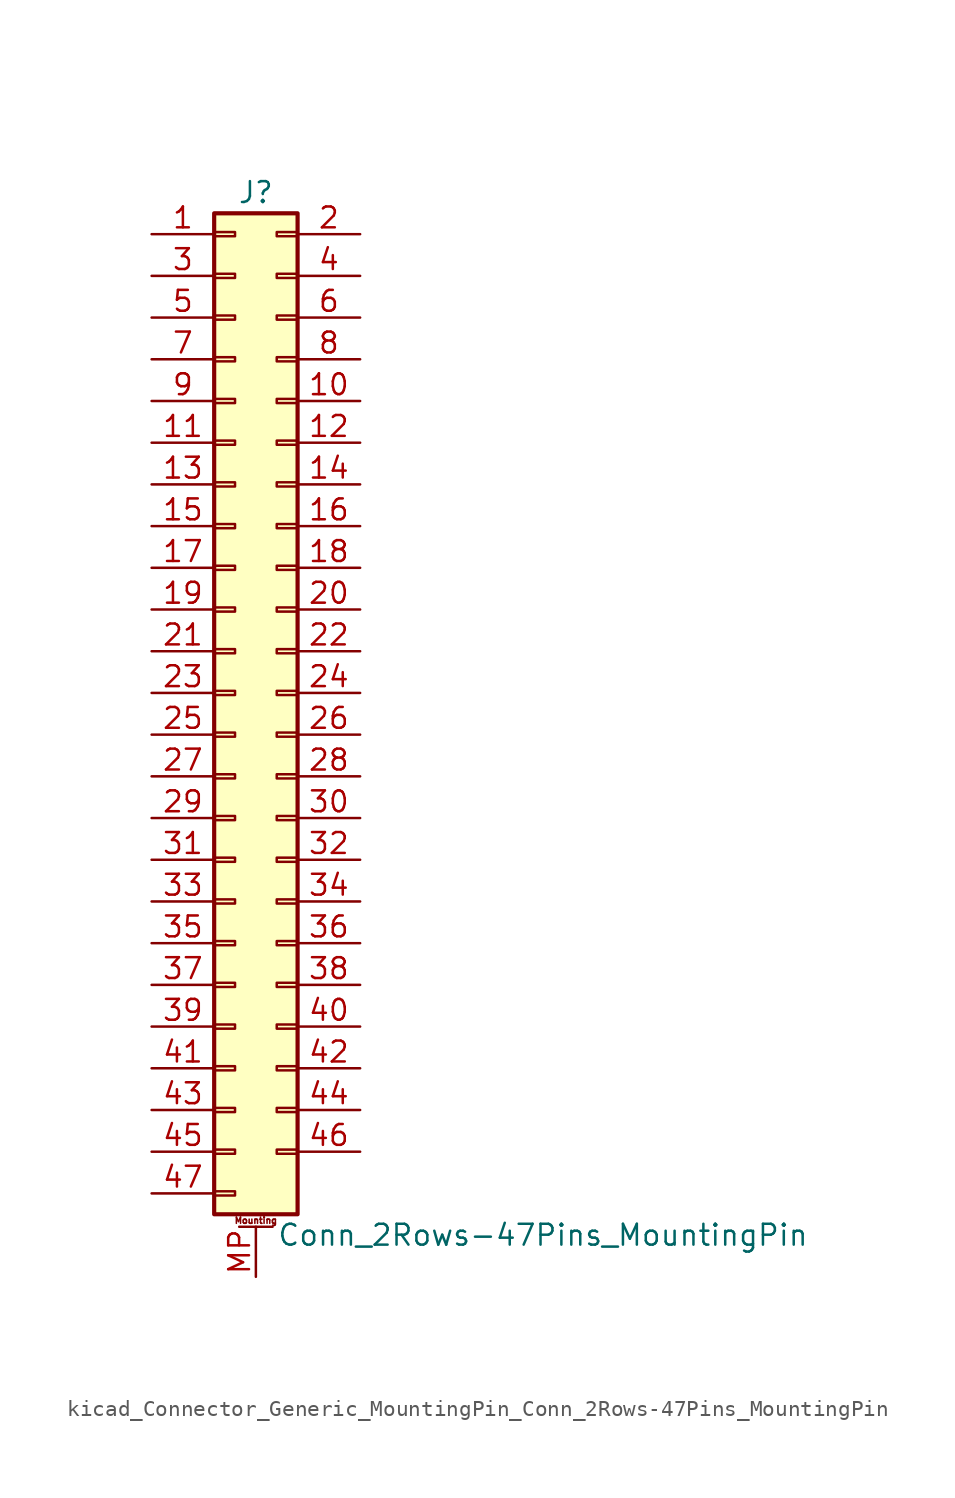
<source format=kicad_sym>
(kicad_symbol_lib
  (version 20220914)
  (generator kicad_symbol_editor)
  (symbol "kicad_Connector_Generic_MountingPin_Conn_2Rows-47Pins_MountingPin"
    (pin_names
      (offset 1.016) hide)
    (property "Reference" "J"
      (at 1.27 30.48 0)
      (effects (font (size 1.27 1.27))))
    (property "Value" "Conn_2Rows-47Pins_MountingPin"
      (at 2.54 -33.02 0)
      (effects (font (size 1.27 1.27)) (justify left)))
    (symbol "kicad_Connector_Generic_MountingPin_Conn_2Rows-47Pins_MountingPin_1_1"
      (rectangle (start -1.27 -30.353) (end 0 -30.607) (stroke (width 0.152) (type default)) (fill (type none)))
      (rectangle (start -1.27 -27.813) (end 0 -28.067) (stroke (width 0.152) (type default)) (fill (type none)))
      (rectangle (start -1.27 -25.273) (end 0 -25.527) (stroke (width 0.152) (type default)) (fill (type none)))
      (rectangle (start -1.27 -22.733) (end 0 -22.987) (stroke (width 0.152) (type default)) (fill (type none)))
      (rectangle (start -1.27 -20.193) (end 0 -20.447) (stroke (width 0.152) (type default)) (fill (type none)))
      (rectangle (start -1.27 -17.653) (end 0 -17.907) (stroke (width 0.152) (type default)) (fill (type none)))
      (rectangle (start -1.27 -15.113) (end 0 -15.367) (stroke (width 0.152) (type default)) (fill (type none)))
      (rectangle (start -1.27 -12.573) (end 0 -12.827) (stroke (width 0.152) (type default)) (fill (type none)))
      (rectangle (start -1.27 -10.033) (end 0 -10.287) (stroke (width 0.152) (type default)) (fill (type none)))
      (rectangle (start -1.27 -7.493) (end 0 -7.747) (stroke (width 0.152) (type default)) (fill (type none)))
      (rectangle (start -1.27 -4.953) (end 0 -5.207) (stroke (width 0.152) (type default)) (fill (type none)))
      (rectangle (start -1.27 -2.413) (end 0 -2.667) (stroke (width 0.152) (type default)) (fill (type none)))
      (rectangle (start -1.27 0.127) (end 0 -0.127) (stroke (width 0.152) (type default)) (fill (type none)))
      (rectangle (start -1.27 2.667) (end 0 2.413) (stroke (width 0.152) (type default)) (fill (type none)))
      (rectangle (start -1.27 5.207) (end 0 4.953) (stroke (width 0.152) (type default)) (fill (type none)))
      (rectangle (start -1.27 7.747) (end 0 7.493) (stroke (width 0.152) (type default)) (fill (type none)))
      (rectangle (start -1.27 10.287) (end 0 10.033) (stroke (width 0.152) (type default)) (fill (type none)))
      (rectangle (start -1.27 12.827) (end 0 12.573) (stroke (width 0.152) (type default)) (fill (type none)))
      (rectangle (start -1.27 15.367) (end 0 15.113) (stroke (width 0.152) (type default)) (fill (type none)))
      (rectangle (start -1.27 17.907) (end 0 17.653) (stroke (width 0.152) (type default)) (fill (type none)))
      (rectangle (start -1.27 20.447) (end 0 20.193) (stroke (width 0.152) (type default)) (fill (type none)))
      (rectangle (start -1.27 22.987) (end 0 22.733) (stroke (width 0.152) (type default)) (fill (type none)))
      (rectangle (start -1.27 25.527) (end 0 25.273) (stroke (width 0.152) (type default)) (fill (type none)))
      (rectangle (start -1.27 28.067) (end 0 27.813) (stroke (width 0.152) (type default)) (fill (type none)))
      (rectangle (start -1.27 29.21) (end 3.81 -31.75) (stroke (width 0.254) (type default)) (fill (type background)))
      (polyline (pts (xy 0.254 -32.512) (xy 2.286 -32.512)) (stroke (width 0.152) (type default)) (fill (type none)))
      (rectangle (start 3.81 -27.813) (end 2.54 -28.067) (stroke (width 0.152) (type default)) (fill (type none)))
      (rectangle (start 3.81 -25.273) (end 2.54 -25.527) (stroke (width 0.152) (type default)) (fill (type none)))
      (rectangle (start 3.81 -22.733) (end 2.54 -22.987) (stroke (width 0.152) (type default)) (fill (type none)))
      (rectangle (start 3.81 -20.193) (end 2.54 -20.447) (stroke (width 0.152) (type default)) (fill (type none)))
      (rectangle (start 3.81 -17.653) (end 2.54 -17.907) (stroke (width 0.152) (type default)) (fill (type none)))
      (rectangle (start 3.81 -15.113) (end 2.54 -15.367) (stroke (width 0.152) (type default)) (fill (type none)))
      (rectangle (start 3.81 -12.573) (end 2.54 -12.827) (stroke (width 0.152) (type default)) (fill (type none)))
      (rectangle (start 3.81 -10.033) (end 2.54 -10.287) (stroke (width 0.152) (type default)) (fill (type none)))
      (rectangle (start 3.81 -7.493) (end 2.54 -7.747) (stroke (width 0.152) (type default)) (fill (type none)))
      (rectangle (start 3.81 -4.953) (end 2.54 -5.207) (stroke (width 0.152) (type default)) (fill (type none)))
      (rectangle (start 3.81 -2.413) (end 2.54 -2.667) (stroke (width 0.152) (type default)) (fill (type none)))
      (rectangle (start 3.81 0.127) (end 2.54 -0.127) (stroke (width 0.152) (type default)) (fill (type none)))
      (rectangle (start 3.81 2.667) (end 2.54 2.413) (stroke (width 0.152) (type default)) (fill (type none)))
      (rectangle (start 3.81 5.207) (end 2.54 4.953) (stroke (width 0.152) (type default)) (fill (type none)))
      (rectangle (start 3.81 7.747) (end 2.54 7.493) (stroke (width 0.152) (type default)) (fill (type none)))
      (rectangle (start 3.81 10.287) (end 2.54 10.033) (stroke (width 0.152) (type default)) (fill (type none)))
      (rectangle (start 3.81 12.827) (end 2.54 12.573) (stroke (width 0.152) (type default)) (fill (type none)))
      (rectangle (start 3.81 15.367) (end 2.54 15.113) (stroke (width 0.152) (type default)) (fill (type none)))
      (rectangle (start 3.81 17.907) (end 2.54 17.653) (stroke (width 0.152) (type default)) (fill (type none)))
      (rectangle (start 3.81 20.447) (end 2.54 20.193) (stroke (width 0.152) (type default)) (fill (type none)))
      (rectangle (start 3.81 22.987) (end 2.54 22.733) (stroke (width 0.152) (type default)) (fill (type none)))
      (rectangle (start 3.81 25.527) (end 2.54 25.273) (stroke (width 0.152) (type default)) (fill (type none)))
      (rectangle (start 3.81 28.067) (end 2.54 27.813) (stroke (width 0.152) (type default)) (fill (type none)))
      (text "Mounting" (at 1.27 -32.131 0) (effects (font (size 0.381 0.381))))
      (pin passive line (at -5.08 27.94 0) (length 3.81) (name "Pin_1" (effects (font (size 1.27 1.27)))) (number "1" (effects (font (size 1.27 1.27)))))
      (pin passive line (at 7.62 17.78 180) (length 3.81) (name "Pin_10" (effects (font (size 1.27 1.27)))) (number "10" (effects (font (size 1.27 1.27)))))
      (pin passive line (at -5.08 15.24 0) (length 3.81) (name "Pin_11" (effects (font (size 1.27 1.27)))) (number "11" (effects (font (size 1.27 1.27)))))
      (pin passive line (at 7.62 15.24 180) (length 3.81) (name "Pin_12" (effects (font (size 1.27 1.27)))) (number "12" (effects (font (size 1.27 1.27)))))
      (pin passive line (at -5.08 12.7 0) (length 3.81) (name "Pin_13" (effects (font (size 1.27 1.27)))) (number "13" (effects (font (size 1.27 1.27)))))
      (pin passive line (at 7.62 12.7 180) (length 3.81) (name "Pin_14" (effects (font (size 1.27 1.27)))) (number "14" (effects (font (size 1.27 1.27)))))
      (pin passive line (at -5.08 10.16 0) (length 3.81) (name "Pin_15" (effects (font (size 1.27 1.27)))) (number "15" (effects (font (size 1.27 1.27)))))
      (pin passive line (at 7.62 10.16 180) (length 3.81) (name "Pin_16" (effects (font (size 1.27 1.27)))) (number "16" (effects (font (size 1.27 1.27)))))
      (pin passive line (at -5.08 7.62 0) (length 3.81) (name "Pin_17" (effects (font (size 1.27 1.27)))) (number "17" (effects (font (size 1.27 1.27)))))
      (pin passive line (at 7.62 7.62 180) (length 3.81) (name "Pin_18" (effects (font (size 1.27 1.27)))) (number "18" (effects (font (size 1.27 1.27)))))
      (pin passive line (at -5.08 5.08 0) (length 3.81) (name "Pin_19" (effects (font (size 1.27 1.27)))) (number "19" (effects (font (size 1.27 1.27)))))
      (pin passive line (at 7.62 27.94 180) (length 3.81) (name "Pin_2" (effects (font (size 1.27 1.27)))) (number "2" (effects (font (size 1.27 1.27)))))
      (pin passive line (at 7.62 5.08 180) (length 3.81) (name "Pin_20" (effects (font (size 1.27 1.27)))) (number "20" (effects (font (size 1.27 1.27)))))
      (pin passive line (at -5.08 2.54 0) (length 3.81) (name "Pin_21" (effects (font (size 1.27 1.27)))) (number "21" (effects (font (size 1.27 1.27)))))
      (pin passive line (at 7.62 2.54 180) (length 3.81) (name "Pin_22" (effects (font (size 1.27 1.27)))) (number "22" (effects (font (size 1.27 1.27)))))
      (pin passive line (at -5.08 0 0) (length 3.81) (name "Pin_23" (effects (font (size 1.27 1.27)))) (number "23" (effects (font (size 1.27 1.27)))))
      (pin passive line (at 7.62 0 180) (length 3.81) (name "Pin_24" (effects (font (size 1.27 1.27)))) (number "24" (effects (font (size 1.27 1.27)))))
      (pin passive line (at -5.08 -2.54 0) (length 3.81) (name "Pin_25" (effects (font (size 1.27 1.27)))) (number "25" (effects (font (size 1.27 1.27)))))
      (pin passive line (at 7.62 -2.54 180) (length 3.81) (name "Pin_26" (effects (font (size 1.27 1.27)))) (number "26" (effects (font (size 1.27 1.27)))))
      (pin passive line (at -5.08 -5.08 0) (length 3.81) (name "Pin_27" (effects (font (size 1.27 1.27)))) (number "27" (effects (font (size 1.27 1.27)))))
      (pin passive line (at 7.62 -5.08 180) (length 3.81) (name "Pin_28" (effects (font (size 1.27 1.27)))) (number "28" (effects (font (size 1.27 1.27)))))
      (pin passive line (at -5.08 -7.62 0) (length 3.81) (name "Pin_29" (effects (font (size 1.27 1.27)))) (number "29" (effects (font (size 1.27 1.27)))))
      (pin passive line (at -5.08 25.4 0) (length 3.81) (name "Pin_3" (effects (font (size 1.27 1.27)))) (number "3" (effects (font (size 1.27 1.27)))))
      (pin passive line (at 7.62 -7.62 180) (length 3.81) (name "Pin_30" (effects (font (size 1.27 1.27)))) (number "30" (effects (font (size 1.27 1.27)))))
      (pin passive line (at -5.08 -10.16 0) (length 3.81) (name "Pin_31" (effects (font (size 1.27 1.27)))) (number "31" (effects (font (size 1.27 1.27)))))
      (pin passive line (at 7.62 -10.16 180) (length 3.81) (name "Pin_32" (effects (font (size 1.27 1.27)))) (number "32" (effects (font (size 1.27 1.27)))))
      (pin passive line (at -5.08 -12.7 0) (length 3.81) (name "Pin_33" (effects (font (size 1.27 1.27)))) (number "33" (effects (font (size 1.27 1.27)))))
      (pin passive line (at 7.62 -12.7 180) (length 3.81) (name "Pin_34" (effects (font (size 1.27 1.27)))) (number "34" (effects (font (size 1.27 1.27)))))
      (pin passive line (at -5.08 -15.24 0) (length 3.81) (name "Pin_35" (effects (font (size 1.27 1.27)))) (number "35" (effects (font (size 1.27 1.27)))))
      (pin passive line (at 7.62 -15.24 180) (length 3.81) (name "Pin_36" (effects (font (size 1.27 1.27)))) (number "36" (effects (font (size 1.27 1.27)))))
      (pin passive line (at -5.08 -17.78 0) (length 3.81) (name "Pin_37" (effects (font (size 1.27 1.27)))) (number "37" (effects (font (size 1.27 1.27)))))
      (pin passive line (at 7.62 -17.78 180) (length 3.81) (name "Pin_38" (effects (font (size 1.27 1.27)))) (number "38" (effects (font (size 1.27 1.27)))))
      (pin passive line (at -5.08 -20.32 0) (length 3.81) (name "Pin_39" (effects (font (size 1.27 1.27)))) (number "39" (effects (font (size 1.27 1.27)))))
      (pin passive line (at 7.62 25.4 180) (length 3.81) (name "Pin_4" (effects (font (size 1.27 1.27)))) (number "4" (effects (font (size 1.27 1.27)))))
      (pin passive line (at 7.62 -20.32 180) (length 3.81) (name "Pin_40" (effects (font (size 1.27 1.27)))) (number "40" (effects (font (size 1.27 1.27)))))
      (pin passive line (at -5.08 -22.86 0) (length 3.81) (name "Pin_41" (effects (font (size 1.27 1.27)))) (number "41" (effects (font (size 1.27 1.27)))))
      (pin passive line (at 7.62 -22.86 180) (length 3.81) (name "Pin_42" (effects (font (size 1.27 1.27)))) (number "42" (effects (font (size 1.27 1.27)))))
      (pin passive line (at -5.08 -25.4 0) (length 3.81) (name "Pin_43" (effects (font (size 1.27 1.27)))) (number "43" (effects (font (size 1.27 1.27)))))
      (pin passive line (at 7.62 -25.4 180) (length 3.81) (name "Pin_44" (effects (font (size 1.27 1.27)))) (number "44" (effects (font (size 1.27 1.27)))))
      (pin passive line (at -5.08 -27.94 0) (length 3.81) (name "Pin_45" (effects (font (size 1.27 1.27)))) (number "45" (effects (font (size 1.27 1.27)))))
      (pin passive line (at 7.62 -27.94 180) (length 3.81) (name "Pin_46" (effects (font (size 1.27 1.27)))) (number "46" (effects (font (size 1.27 1.27)))))
      (pin passive line (at -5.08 -30.48 0) (length 3.81) (name "Pin_47" (effects (font (size 1.27 1.27)))) (number "47" (effects (font (size 1.27 1.27)))))
      (pin passive line (at -5.08 22.86 0) (length 3.81) (name "Pin_5" (effects (font (size 1.27 1.27)))) (number "5" (effects (font (size 1.27 1.27)))))
      (pin passive line (at 7.62 22.86 180) (length 3.81) (name "Pin_6" (effects (font (size 1.27 1.27)))) (number "6" (effects (font (size 1.27 1.27)))))
      (pin passive line (at -5.08 20.32 0) (length 3.81) (name "Pin_7" (effects (font (size 1.27 1.27)))) (number "7" (effects (font (size 1.27 1.27)))))
      (pin passive line (at 7.62 20.32 180) (length 3.81) (name "Pin_8" (effects (font (size 1.27 1.27)))) (number "8" (effects (font (size 1.27 1.27)))))
      (pin passive line (at -5.08 17.78 0) (length 3.81) (name "Pin_9" (effects (font (size 1.27 1.27)))) (number "9" (effects (font (size 1.27 1.27)))))
      (pin passive line (at 1.27 -35.56 90) (length 3.048) (name "MountPin" (effects (font (size 1.27 1.27)))) (number "MP" (effects (font (size 1.27 1.27))))))))
</source>
